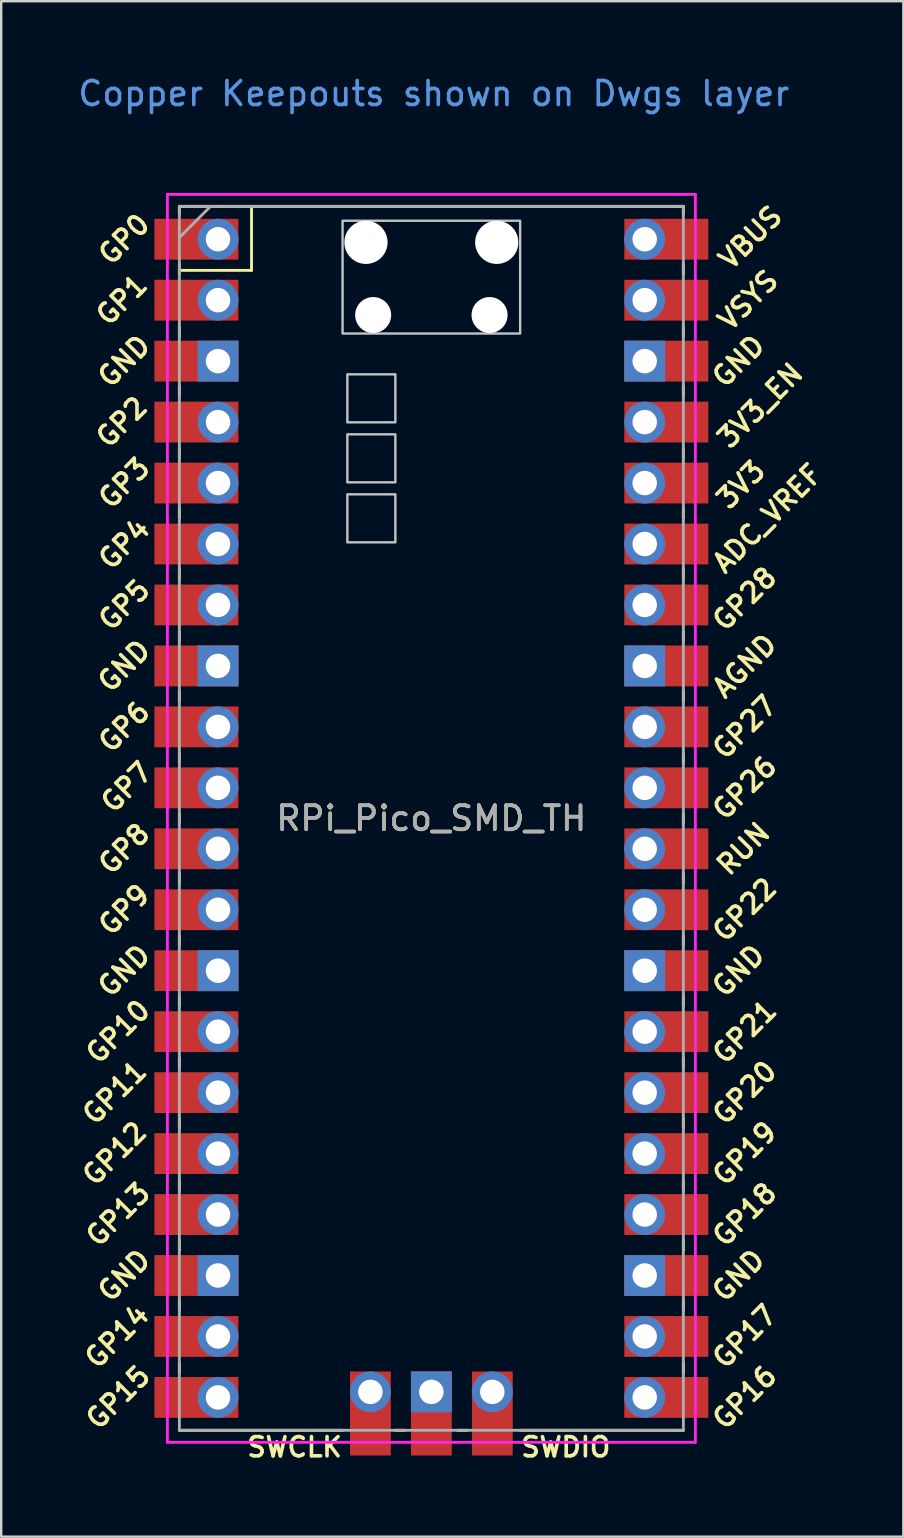
<source format=kicad_pcb>
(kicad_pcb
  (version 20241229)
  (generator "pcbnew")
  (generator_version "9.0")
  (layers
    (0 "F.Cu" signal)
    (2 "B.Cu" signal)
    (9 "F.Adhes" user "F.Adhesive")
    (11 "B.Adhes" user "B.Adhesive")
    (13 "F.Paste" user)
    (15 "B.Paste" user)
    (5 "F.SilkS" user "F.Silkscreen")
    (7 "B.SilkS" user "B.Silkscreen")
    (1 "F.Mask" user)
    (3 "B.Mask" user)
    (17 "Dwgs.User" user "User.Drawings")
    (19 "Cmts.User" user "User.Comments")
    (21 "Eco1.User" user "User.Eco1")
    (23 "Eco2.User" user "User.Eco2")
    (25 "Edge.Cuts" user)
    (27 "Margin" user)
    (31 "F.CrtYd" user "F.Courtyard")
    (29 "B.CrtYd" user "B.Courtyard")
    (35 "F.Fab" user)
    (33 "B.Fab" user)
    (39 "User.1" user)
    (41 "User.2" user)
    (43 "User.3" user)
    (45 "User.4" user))
  (footprint "RPi_Pico_SMD_TH"
    (layer "F.Cu")
    (at 14.924 31.048)
    (property "Reference" "RPi_Pico_SMD_TH" (at 0 0 0) (layer "F.SilkS") (effects (font (size 1 1) (thickness 0.15))))
    (attr through_hole)
    (fp_line (start -10.5 -25.5) (end -10.5 -25.2) (stroke (width 0.12) (type solid)) (layer "F.SilkS"))
    (fp_line (start -10.5 -25.5) (end 10.5 -25.5) (stroke (width 0.12) (type solid)) (layer "F.SilkS"))
    (fp_line (start -10.5 -23.1) (end -10.5 -22.7) (stroke (width 0.12) (type solid)) (layer "F.SilkS"))
    (fp_line (start -10.5 -22.833) (end -7.493 -22.833) (stroke (width 0.12) (type solid)) (layer "F.SilkS"))
    (fp_line (start -10.5 -20.5) (end -10.5 -20.1) (stroke (width 0.12) (type solid)) (layer "F.SilkS"))
    (fp_line (start -10.5 -18) (end -10.5 -17.6) (stroke (width 0.12) (type solid)) (layer "F.SilkS"))
    (fp_line (start -10.5 -15.4) (end -10.5 -15) (stroke (width 0.12) (type solid)) (layer "F.SilkS"))
    (fp_line (start -10.5 -12.9) (end -10.5 -12.5) (stroke (width 0.12) (type solid)) (layer "F.SilkS"))
    (fp_line (start -10.5 -10.4) (end -10.5 -10) (stroke (width 0.12) (type solid)) (layer "F.SilkS"))
    (fp_line (start -10.5 -7.8) (end -10.5 -7.4) (stroke (width 0.12) (type solid)) (layer "F.SilkS"))
    (fp_line (start -10.5 -5.3) (end -10.5 -4.9) (stroke (width 0.12) (type solid)) (layer "F.SilkS"))
    (fp_line (start -10.5 -2.7) (end -10.5 -2.3) (stroke (width 0.12) (type solid)) (layer "F.SilkS"))
    (fp_line (start -10.5 -0.2) (end -10.5 0.2) (stroke (width 0.12) (type solid)) (layer "F.SilkS"))
    (fp_line (start -10.5 2.3) (end -10.5 2.7) (stroke (width 0.12) (type solid)) (layer "F.SilkS"))
    (fp_line (start -10.5 4.9) (end -10.5 5.3) (stroke (width 0.12) (type solid)) (layer "F.SilkS"))
    (fp_line (start -10.5 7.4) (end -10.5 7.8) (stroke (width 0.12) (type solid)) (layer "F.SilkS"))
    (fp_line (start -10.5 10) (end -10.5 10.4) (stroke (width 0.12) (type solid)) (layer "F.SilkS"))
    (fp_line (start -10.5 12.5) (end -10.5 12.9) (stroke (width 0.12) (type solid)) (layer "F.SilkS"))
    (fp_line (start -10.5 15.1) (end -10.5 15.5) (stroke (width 0.12) (type solid)) (layer "F.SilkS"))
    (fp_line (start -10.5 17.6) (end -10.5 18) (stroke (width 0.12) (type solid)) (layer "F.SilkS"))
    (fp_line (start -10.5 20.1) (end -10.5 20.5) (stroke (width 0.12) (type solid)) (layer "F.SilkS"))
    (fp_line (start -10.5 22.7) (end -10.5 23.1) (stroke (width 0.12) (type solid)) (layer "F.SilkS"))
    (fp_line (start -7.493 -22.833) (end -7.493 -25.5) (stroke (width 0.12) (type solid)) (layer "F.SilkS"))
    (fp_line (start -3.7 25.5) (end -10.5 25.5) (stroke (width 0.12) (type solid)) (layer "F.SilkS"))
    (fp_line (start -1.5 25.5) (end -1.1 25.5) (stroke (width 0.12) (type solid)) (layer "F.SilkS"))
    (fp_line (start 1.1 25.5) (end 1.5 25.5) (stroke (width 0.12) (type solid)) (layer "F.SilkS"))
    (fp_line (start 10.5 -25.5) (end 10.5 -25.2) (stroke (width 0.12) (type solid)) (layer "F.SilkS"))
    (fp_line (start 10.5 -23.1) (end 10.5 -22.7) (stroke (width 0.12) (type solid)) (layer "F.SilkS"))
    (fp_line (start 10.5 -20.5) (end 10.5 -20.1) (stroke (width 0.12) (type solid)) (layer "F.SilkS"))
    (fp_line (start 10.5 -18) (end 10.5 -17.6) (stroke (width 0.12) (type solid)) (layer "F.SilkS"))
    (fp_line (start 10.5 -15.4) (end 10.5 -15) (stroke (width 0.12) (type solid)) (layer "F.SilkS"))
    (fp_line (start 10.5 -12.9) (end 10.5 -12.5) (stroke (width 0.12) (type solid)) (layer "F.SilkS"))
    (fp_line (start 10.5 -10.4) (end 10.5 -10) (stroke (width 0.12) (type solid)) (layer "F.SilkS"))
    (fp_line (start 10.5 -7.8) (end 10.5 -7.4) (stroke (width 0.12) (type solid)) (layer "F.SilkS"))
    (fp_line (start 10.5 -5.3) (end 10.5 -4.9) (stroke (width 0.12) (type solid)) (layer "F.SilkS"))
    (fp_line (start 10.5 -2.7) (end 10.5 -2.3) (stroke (width 0.12) (type solid)) (layer "F.SilkS"))
    (fp_line (start 10.5 -0.2) (end 10.5 0.2) (stroke (width 0.12) (type solid)) (layer "F.SilkS"))
    (fp_line (start 10.5 2.3) (end 10.5 2.7) (stroke (width 0.12) (type solid)) (layer "F.SilkS"))
    (fp_line (start 10.5 4.9) (end 10.5 5.3) (stroke (width 0.12) (type solid)) (layer "F.SilkS"))
    (fp_line (start 10.5 7.4) (end 10.5 7.8) (stroke (width 0.12) (type solid)) (layer "F.SilkS"))
    (fp_line (start 10.5 10) (end 10.5 10.4) (stroke (width 0.12) (type solid)) (layer "F.SilkS"))
    (fp_line (start 10.5 12.5) (end 10.5 12.9) (stroke (width 0.12) (type solid)) (layer "F.SilkS"))
    (fp_line (start 10.5 15.1) (end 10.5 15.5) (stroke (width 0.12) (type solid)) (layer "F.SilkS"))
    (fp_line (start 10.5 17.6) (end 10.5 18) (stroke (width 0.12) (type solid)) (layer "F.SilkS"))
    (fp_line (start 10.5 20.1) (end 10.5 20.5) (stroke (width 0.12) (type solid)) (layer "F.SilkS"))
    (fp_line (start 10.5 22.7) (end 10.5 23.1) (stroke (width 0.12) (type solid)) (layer "F.SilkS"))
    (fp_line (start 10.5 25.5) (end 3.7 25.5) (stroke (width 0.12) (type solid)) (layer "F.SilkS"))
    (fp_poly (pts (xy -1.5 -16.5) (xy -3.5 -16.5) (xy -3.5 -18.5) (xy -1.5 -18.5)) (stroke (width 0.1) (type solid)) (fill no) (layer "Dwgs.User"))
    (fp_poly (pts (xy -1.5 -14) (xy -3.5 -14) (xy -3.5 -16) (xy -1.5 -16)) (stroke (width 0.1) (type solid)) (fill no) (layer "Dwgs.User"))
    (fp_poly (pts (xy -1.5 -11.5) (xy -3.5 -11.5) (xy -3.5 -13.5) (xy -1.5 -13.5)) (stroke (width 0.1) (type solid)) (fill no) (layer "Dwgs.User"))
    (fp_poly (pts (xy 3.7 -20.2) (xy -3.7 -20.2) (xy -3.7 -24.9) (xy 3.7 -24.9)) (stroke (width 0.1) (type solid)) (fill no) (layer "Dwgs.User"))
    (fp_line (start -11 -26) (end 11 -26) (stroke (width 0.12) (type solid)) (layer "F.CrtYd"))
    (fp_line (start -11 26) (end -11 -26) (stroke (width 0.12) (type solid)) (layer "F.CrtYd"))
    (fp_line (start 11 -26) (end 11 26) (stroke (width 0.12) (type solid)) (layer "F.CrtYd"))
    (fp_line (start 11 26) (end -11 26) (stroke (width 0.12) (type solid)) (layer "F.CrtYd"))
    (fp_line (start -10.5 -25.5) (end 10.5 -25.5) (stroke (width 0.12) (type solid)) (layer "F.Fab"))
    (fp_line (start -10.5 -24.2) (end -9.2 -25.5) (stroke (width 0.12) (type solid)) (layer "F.Fab"))
    (fp_line (start -10.5 25.5) (end -10.5 -25.5) (stroke (width 0.12) (type solid)) (layer "F.Fab"))
    (fp_line (start 10.5 -25.5) (end 10.5 25.5) (stroke (width 0.12) (type solid)) (layer "F.Fab"))
    (fp_line (start 10.5 25.5) (end -10.5 25.5) (stroke (width 0.12) (type solid)) (layer "F.Fab"))
    (fp_text user "GP21" (at 13.054 8.9 45) (layer "F.SilkS") (effects (font (size 0.8 0.8) (thickness 0.15))))
    (fp_text user "GP8" (at -12.8 1.27 45) (layer "F.SilkS") (effects (font (size 0.8 0.8) (thickness 0.15))))
    (fp_text user "GND" (at 12.8 -19.05 45) (layer "F.SilkS") (effects (font (size 0.8 0.8) (thickness 0.15))))
    (fp_text user "GP28" (at 13.054 -9.144 45) (layer "F.SilkS") (effects (font (size 0.8 0.8) (thickness 0.15))))
    (fp_text user "GND" (at 12.8 19.05 45) (layer "F.SilkS") (effects (font (size 0.8 0.8) (thickness 0.15))))
    (fp_text user "GP0" (at -12.8 -24.13 45) (layer "F.SilkS") (effects (font (size 0.8 0.8) (thickness 0.15))))
    (fp_text user "GP22" (at 13.054 3.81 45) (layer "F.SilkS") (effects (font (size 0.8 0.8) (thickness 0.15))))
    (fp_text user "GP16" (at 13.054 24.13 45) (layer "F.SilkS") (effects (font (size 0.8 0.8) (thickness 0.15))))
    (fp_text user "GP10" (at -13.054 8.89 45) (layer "F.SilkS") (effects (font (size 0.8 0.8) (thickness 0.15))))
    (fp_text user "GP20" (at 13.054 11.43 45) (layer "F.SilkS") (effects (font (size 0.8 0.8) (thickness 0.15))))
    (fp_text user "GP4" (at -12.8 -11.43 45) (layer "F.SilkS") (effects (font (size 0.8 0.8) (thickness 0.15))))
    (fp_text user "GP17" (at 13.054 21.59 45) (layer "F.SilkS") (effects (font (size 0.8 0.8) (thickness 0.15))))
    (fp_text user "GND" (at -12.8 -19.05 45) (layer "F.SilkS") (effects (font (size 0.8 0.8) (thickness 0.15))))
    (fp_text user "SWDIO" (at 5.6 26.2 0) (layer "F.SilkS") (effects (font (size 0.8 0.8) (thickness 0.15))))
    (fp_text user "GND" (at -12.8 -6.35 45) (layer "F.SilkS") (effects (font (size 0.8 0.8) (thickness 0.15))))
    (fp_text user "GP12" (at -13.2 13.97 45) (layer "F.SilkS") (effects (font (size 0.8 0.8) (thickness 0.15))))
    (fp_text user "GP14" (at -13.1 21.59 45) (layer "F.SilkS") (effects (font (size 0.8 0.8) (thickness 0.15))))
    (fp_text user "GND" (at -12.8 6.35 45) (layer "F.SilkS") (effects (font (size 0.8 0.8) (thickness 0.15))))
    (fp_text user "RUN" (at 13 1.27 45) (layer "F.SilkS") (effects (font (size 0.8 0.8) (thickness 0.15))))
    (fp_text user "GP18" (at 13.054 16.51 45) (layer "F.SilkS") (effects (font (size 0.8 0.8) (thickness 0.15))))
    (fp_text user "GP11" (at -13.2 11.43 45) (layer "F.SilkS") (effects (font (size 0.8 0.8) (thickness 0.15))))
    (fp_text user "GP27" (at 13.054 -3.8 45) (layer "F.SilkS") (effects (font (size 0.8 0.8) (thickness 0.15))))
    (fp_text user "VBUS" (at 13.3 -24.2 45) (layer "F.SilkS") (effects (font (size 0.8 0.8) (thickness 0.15))))
    (fp_text user "GP6" (at -12.8 -3.81 45) (layer "F.SilkS") (effects (font (size 0.8 0.8) (thickness 0.15))))
    (fp_text user "GP9" (at -12.8 3.81 45) (layer "F.SilkS") (effects (font (size 0.8 0.8) (thickness 0.15))))
    (fp_text user "GND" (at -12.8 19.05 45) (layer "F.SilkS") (effects (font (size 0.8 0.8) (thickness 0.15))))
    (fp_text user "GP13" (at -13.054 16.51 45) (layer "F.SilkS") (effects (font (size 0.8 0.8) (thickness 0.15))))
    (fp_text user "SWCLK" (at -5.7 26.2 0) (layer "F.SilkS") (effects (font (size 0.8 0.8) (thickness 0.15))))
    (fp_text user "GP1" (at -12.9 -21.6 45) (layer "F.SilkS") (effects (font (size 0.8 0.8) (thickness 0.15))))
    (fp_text user "ADC_VREF" (at 14 -12.5 45) (layer "F.SilkS") (effects (font (size 0.8 0.8) (thickness 0.15))))
    (fp_text user "GP3" (at -12.8 -13.97 45) (layer "F.SilkS") (effects (font (size 0.8 0.8) (thickness 0.15))))
    (fp_text user "GP7" (at -12.7 -1.3 45) (layer "F.SilkS") (effects (font (size 0.8 0.8) (thickness 0.15))))
    (fp_text user "3V3" (at 12.9 -13.9 45) (layer "F.SilkS") (effects (font (size 0.8 0.8) (thickness 0.15))))
    (fp_text user "GP19" (at 13.054 13.97 45) (layer "F.SilkS") (effects (font (size 0.8 0.8) (thickness 0.15))))
    (fp_text user "GND" (at 12.8 6.35 45) (layer "F.SilkS") (effects (font (size 0.8 0.8) (thickness 0.15))))
    (fp_text user "GP15" (at -13.054 24.13 45) (layer "F.SilkS") (effects (font (size 0.8 0.8) (thickness 0.15))))
    (fp_text user "3V3_EN" (at 13.7 -17.2 45) (layer "F.SilkS") (effects (font (size 0.8 0.8) (thickness 0.15))))
    (fp_text user "AGND" (at 13.054 -6.35 45) (layer "F.SilkS") (effects (font (size 0.8 0.8) (thickness 0.15))))
    (fp_text user "GP26" (at 13.054 -1.27 45) (layer "F.SilkS") (effects (font (size 0.8 0.8) (thickness 0.15))))
    (fp_text user "GP2" (at -12.9 -16.51 45) (layer "F.SilkS") (effects (font (size 0.8 0.8) (thickness 0.15))))
    (fp_text user "GP5" (at -12.8 -8.89 45) (layer "F.SilkS") (effects (font (size 0.8 0.8) (thickness 0.15))))
    (fp_text user "VSYS" (at 13.2 -21.59 45) (layer "F.SilkS") (effects (font (size 0.8 0.8) (thickness 0.15))))
    (fp_text user "Copper Keepouts shown on Dwgs layer" (at 0.1 -30.2 0) (layer "Cmts.User") (effects (font (size 1 1) (thickness 0.15))))
    (fp_text user "${REFERENCE}" (at 0 0 180) (layer "F.Fab") (effects (font (size 1 1) (thickness 0.15))))
    (pad "" np_thru_hole oval (at -2.725 -24) (size 1.8 1.8) (drill 1.8) (layers "*.Cu" "*.Mask"))
    (pad "" np_thru_hole oval (at -2.425 -20.97) (size 1.5 1.5) (drill 1.5) (layers "*.Cu" "*.Mask"))
    (pad "" np_thru_hole oval (at 2.425 -20.97) (size 1.5 1.5) (drill 1.5) (layers "*.Cu" "*.Mask"))
    (pad "" np_thru_hole oval (at 2.725 -24) (size 1.8 1.8) (drill 1.8) (layers "*.Cu" "*.Mask"))
    (pad "1" thru_hole oval (at -8.89 -24.13) (size 1.7 1.7) (drill 1.02) (layers "*.Cu" "*.Mask"))
    (pad "1" smd rect (at -8.89 -24.13) (size 3.5 1.7) (drill (offset -0.9 0)) (layers "F.Cu" "F.Mask"))
    (pad "2" thru_hole oval (at -8.89 -21.59) (size 1.7 1.7) (drill 1.02) (layers "*.Cu" "*.Mask"))
    (pad "2" smd rect (at -8.89 -21.59) (size 3.5 1.7) (drill (offset -0.9 0)) (layers "F.Cu" "F.Mask"))
    (pad "3" thru_hole rect (at -8.89 -19.05) (size 1.7 1.7) (drill 1.02) (layers "*.Cu" "*.Mask"))
    (pad "3" smd rect (at -8.89 -19.05) (size 3.5 1.7) (drill (offset -0.9 0)) (layers "F.Cu" "F.Mask"))
    (pad "4" thru_hole oval (at -8.89 -16.51) (size 1.7 1.7) (drill 1.02) (layers "*.Cu" "*.Mask"))
    (pad "4" smd rect (at -8.89 -16.51) (size 3.5 1.7) (drill (offset -0.9 0)) (layers "F.Cu" "F.Mask"))
    (pad "5" thru_hole oval (at -8.89 -13.97) (size 1.7 1.7) (drill 1.02) (layers "*.Cu" "*.Mask"))
    (pad "5" smd rect (at -8.89 -13.97) (size 3.5 1.7) (drill (offset -0.9 0)) (layers "F.Cu" "F.Mask"))
    (pad "6" thru_hole oval (at -8.89 -11.43) (size 1.7 1.7) (drill 1.02) (layers "*.Cu" "*.Mask"))
    (pad "6" smd rect (at -8.89 -11.43) (size 3.5 1.7) (drill (offset -0.9 0)) (layers "F.Cu" "F.Mask"))
    (pad "7" thru_hole oval (at -8.89 -8.89) (size 1.7 1.7) (drill 1.02) (layers "*.Cu" "*.Mask"))
    (pad "7" smd rect (at -8.89 -8.89) (size 3.5 1.7) (drill (offset -0.9 0)) (layers "F.Cu" "F.Mask"))
    (pad "8" thru_hole rect (at -8.89 -6.35) (size 1.7 1.7) (drill 1.02) (layers "*.Cu" "*.Mask"))
    (pad "8" smd rect (at -8.89 -6.35) (size 3.5 1.7) (drill (offset -0.9 0)) (layers "F.Cu" "F.Mask"))
    (pad "9" thru_hole oval (at -8.89 -3.81) (size 1.7 1.7) (drill 1.02) (layers "*.Cu" "*.Mask"))
    (pad "9" smd rect (at -8.89 -3.81) (size 3.5 1.7) (drill (offset -0.9 0)) (layers "F.Cu" "F.Mask"))
    (pad "10" thru_hole oval (at -8.89 -1.27) (size 1.7 1.7) (drill 1.02) (layers "*.Cu" "*.Mask"))
    (pad "10" smd rect (at -8.89 -1.27) (size 3.5 1.7) (drill (offset -0.9 0)) (layers "F.Cu" "F.Mask"))
    (pad "11" thru_hole oval (at -8.89 1.27) (size 1.7 1.7) (drill 1.02) (layers "*.Cu" "*.Mask"))
    (pad "11" smd rect (at -8.89 1.27) (size 3.5 1.7) (drill (offset -0.9 0)) (layers "F.Cu" "F.Mask"))
    (pad "12" thru_hole oval (at -8.89 3.81) (size 1.7 1.7) (drill 1.02) (layers "*.Cu" "*.Mask"))
    (pad "12" smd rect (at -8.89 3.81) (size 3.5 1.7) (drill (offset -0.9 0)) (layers "F.Cu" "F.Mask"))
    (pad "13" thru_hole rect (at -8.89 6.35) (size 1.7 1.7) (drill 1.02) (layers "*.Cu" "*.Mask"))
    (pad "13" smd rect (at -8.89 6.35) (size 3.5 1.7) (drill (offset -0.9 0)) (layers "F.Cu" "F.Mask"))
    (pad "14" thru_hole oval (at -8.89 8.89) (size 1.7 1.7) (drill 1.02) (layers "*.Cu" "*.Mask"))
    (pad "14" smd rect (at -8.89 8.89) (size 3.5 1.7) (drill (offset -0.9 0)) (layers "F.Cu" "F.Mask"))
    (pad "15" thru_hole oval (at -8.89 11.43) (size 1.7 1.7) (drill 1.02) (layers "*.Cu" "*.Mask"))
    (pad "15" smd rect (at -8.89 11.43) (size 3.5 1.7) (drill (offset -0.9 0)) (layers "F.Cu" "F.Mask"))
    (pad "16" thru_hole oval (at -8.89 13.97) (size 1.7 1.7) (drill 1.02) (layers "*.Cu" "*.Mask"))
    (pad "16" smd rect (at -8.89 13.97) (size 3.5 1.7) (drill (offset -0.9 0)) (layers "F.Cu" "F.Mask"))
    (pad "17" thru_hole oval (at -8.89 16.51) (size 1.7 1.7) (drill 1.02) (layers "*.Cu" "*.Mask"))
    (pad "17" smd rect (at -8.89 16.51) (size 3.5 1.7) (drill (offset -0.9 0)) (layers "F.Cu" "F.Mask"))
    (pad "18" thru_hole rect (at -8.89 19.05) (size 1.7 1.7) (drill 1.02) (layers "*.Cu" "*.Mask"))
    (pad "18" smd rect (at -8.89 19.05) (size 3.5 1.7) (drill (offset -0.9 0)) (layers "F.Cu" "F.Mask"))
    (pad "19" thru_hole oval (at -8.89 21.59) (size 1.7 1.7) (drill 1.02) (layers "*.Cu" "*.Mask"))
    (pad "19" smd rect (at -8.89 21.59) (size 3.5 1.7) (drill (offset -0.9 0)) (layers "F.Cu" "F.Mask"))
    (pad "20" thru_hole oval (at -8.89 24.13) (size 1.7 1.7) (drill 1.02) (layers "*.Cu" "*.Mask"))
    (pad "20" smd rect (at -8.89 24.13) (size 3.5 1.7) (drill (offset -0.9 0)) (layers "F.Cu" "F.Mask"))
    (pad "21" thru_hole oval (at 8.89 24.13) (size 1.7 1.7) (drill 1.02) (layers "*.Cu" "*.Mask"))
    (pad "21" smd rect (at 8.89 24.13) (size 3.5 1.7) (drill (offset 0.9 0)) (layers "F.Cu" "F.Mask"))
    (pad "22" thru_hole oval (at 8.89 21.59) (size 1.7 1.7) (drill 1.02) (layers "*.Cu" "*.Mask"))
    (pad "22" smd rect (at 8.89 21.59) (size 3.5 1.7) (drill (offset 0.9 0)) (layers "F.Cu" "F.Mask"))
    (pad "23" thru_hole rect (at 8.89 19.05) (size 1.7 1.7) (drill 1.02) (layers "*.Cu" "*.Mask"))
    (pad "23" smd rect (at 8.89 19.05) (size 3.5 1.7) (drill (offset 0.9 0)) (layers "F.Cu" "F.Mask"))
    (pad "24" thru_hole oval (at 8.89 16.51) (size 1.7 1.7) (drill 1.02) (layers "*.Cu" "*.Mask"))
    (pad "24" smd rect (at 8.89 16.51) (size 3.5 1.7) (drill (offset 0.9 0)) (layers "F.Cu" "F.Mask"))
    (pad "25" thru_hole oval (at 8.89 13.97) (size 1.7 1.7) (drill 1.02) (layers "*.Cu" "*.Mask"))
    (pad "25" smd rect (at 8.89 13.97) (size 3.5 1.7) (drill (offset 0.9 0)) (layers "F.Cu" "F.Mask"))
    (pad "26" thru_hole oval (at 8.89 11.43) (size 1.7 1.7) (drill 1.02) (layers "*.Cu" "*.Mask"))
    (pad "26" smd rect (at 8.89 11.43) (size 3.5 1.7) (drill (offset 0.9 0)) (layers "F.Cu" "F.Mask"))
    (pad "27" thru_hole oval (at 8.89 8.89) (size 1.7 1.7) (drill 1.02) (layers "*.Cu" "*.Mask"))
    (pad "27" smd rect (at 8.89 8.89) (size 3.5 1.7) (drill (offset 0.9 0)) (layers "F.Cu" "F.Mask"))
    (pad "28" thru_hole rect (at 8.89 6.35) (size 1.7 1.7) (drill 1.02) (layers "*.Cu" "*.Mask"))
    (pad "28" smd rect (at 8.89 6.35) (size 3.5 1.7) (drill (offset 0.9 0)) (layers "F.Cu" "F.Mask"))
    (pad "29" thru_hole oval (at 8.89 3.81) (size 1.7 1.7) (drill 1.02) (layers "*.Cu" "*.Mask"))
    (pad "29" smd rect (at 8.89 3.81) (size 3.5 1.7) (drill (offset 0.9 0)) (layers "F.Cu" "F.Mask"))
    (pad "30" thru_hole oval (at 8.89 1.27) (size 1.7 1.7) (drill 1.02) (layers "*.Cu" "*.Mask"))
    (pad "30" smd rect (at 8.89 1.27) (size 3.5 1.7) (drill (offset 0.9 0)) (layers "F.Cu" "F.Mask"))
    (pad "31" thru_hole oval (at 8.89 -1.27) (size 1.7 1.7) (drill 1.02) (layers "*.Cu" "*.Mask"))
    (pad "31" smd rect (at 8.89 -1.27) (size 3.5 1.7) (drill (offset 0.9 0)) (layers "F.Cu" "F.Mask"))
    (pad "32" thru_hole oval (at 8.89 -3.81) (size 1.7 1.7) (drill 1.02) (layers "*.Cu" "*.Mask"))
    (pad "32" smd rect (at 8.89 -3.81) (size 3.5 1.7) (drill (offset 0.9 0)) (layers "F.Cu" "F.Mask"))
    (pad "33" thru_hole rect (at 8.89 -6.35) (size 1.7 1.7) (drill 1.02) (layers "*.Cu" "*.Mask"))
    (pad "33" smd rect (at 8.89 -6.35) (size 3.5 1.7) (drill (offset 0.9 0)) (layers "F.Cu" "F.Mask"))
    (pad "34" thru_hole oval (at 8.89 -8.89) (size 1.7 1.7) (drill 1.02) (layers "*.Cu" "*.Mask"))
    (pad "34" smd rect (at 8.89 -8.89) (size 3.5 1.7) (drill (offset 0.9 0)) (layers "F.Cu" "F.Mask"))
    (pad "35" thru_hole oval (at 8.89 -11.43) (size 1.7 1.7) (drill 1.02) (layers "*.Cu" "*.Mask"))
    (pad "35" smd rect (at 8.89 -11.43) (size 3.5 1.7) (drill (offset 0.9 0)) (layers "F.Cu" "F.Mask"))
    (pad "36" thru_hole oval (at 8.89 -13.97) (size 1.7 1.7) (drill 1.02) (layers "*.Cu" "*.Mask"))
    (pad "36" smd rect (at 8.89 -13.97) (size 3.5 1.7) (drill (offset 0.9 0)) (layers "F.Cu" "F.Mask"))
    (pad "37" thru_hole oval (at 8.89 -16.51) (size 1.7 1.7) (drill 1.02) (layers "*.Cu" "*.Mask"))
    (pad "37" smd rect (at 8.89 -16.51) (size 3.5 1.7) (drill (offset 0.9 0)) (layers "F.Cu" "F.Mask"))
    (pad "38" thru_hole rect (at 8.89 -19.05) (size 1.7 1.7) (drill 1.02) (layers "*.Cu" "*.Mask"))
    (pad "38" smd rect (at 8.89 -19.05) (size 3.5 1.7) (drill (offset 0.9 0)) (layers "F.Cu" "F.Mask"))
    (pad "39" thru_hole oval (at 8.89 -21.59) (size 1.7 1.7) (drill 1.02) (layers "*.Cu" "*.Mask"))
    (pad "39" smd rect (at 8.89 -21.59) (size 3.5 1.7) (drill (offset 0.9 0)) (layers "F.Cu" "F.Mask"))
    (pad "40" thru_hole oval (at 8.89 -24.13) (size 1.7 1.7) (drill 1.02) (layers "*.Cu" "*.Mask"))
    (pad "40" smd rect (at 8.89 -24.13) (size 3.5 1.7) (drill (offset 0.9 0)) (layers "F.Cu" "F.Mask"))
    (pad "41" thru_hole oval (at -2.54 23.9) (size 1.7 1.7) (drill 1.02) (layers "*.Cu" "*.Mask"))
    (pad "41" smd rect (at -2.54 23.9 90) (size 3.5 1.7) (drill (offset -0.9 0)) (layers "F.Cu" "F.Mask"))
    (pad "42" thru_hole rect (at 0 23.9) (size 1.7 1.7) (drill 1.02) (layers "*.Cu" "*.Mask"))
    (pad "42" smd rect (at 0 23.9 90) (size 3.5 1.7) (drill (offset -0.9 0)) (layers "F.Cu" "F.Mask"))
    (pad "43" thru_hole oval (at 2.54 23.9) (size 1.7 1.7) (drill 1.02) (layers "*.Cu" "*.Mask"))
    (pad "43" smd rect (at 2.54 23.9 90) (size 3.5 1.7) (drill (offset -0.9 0)) (layers "F.Cu" "F.Mask")))
  (gr_rect
    (start -3 -3)
    (end 34.591 60.98)
    (stroke (width 0.1) (type default))
    (fill no)
    (layer "Edge.Cuts")))
</source>
